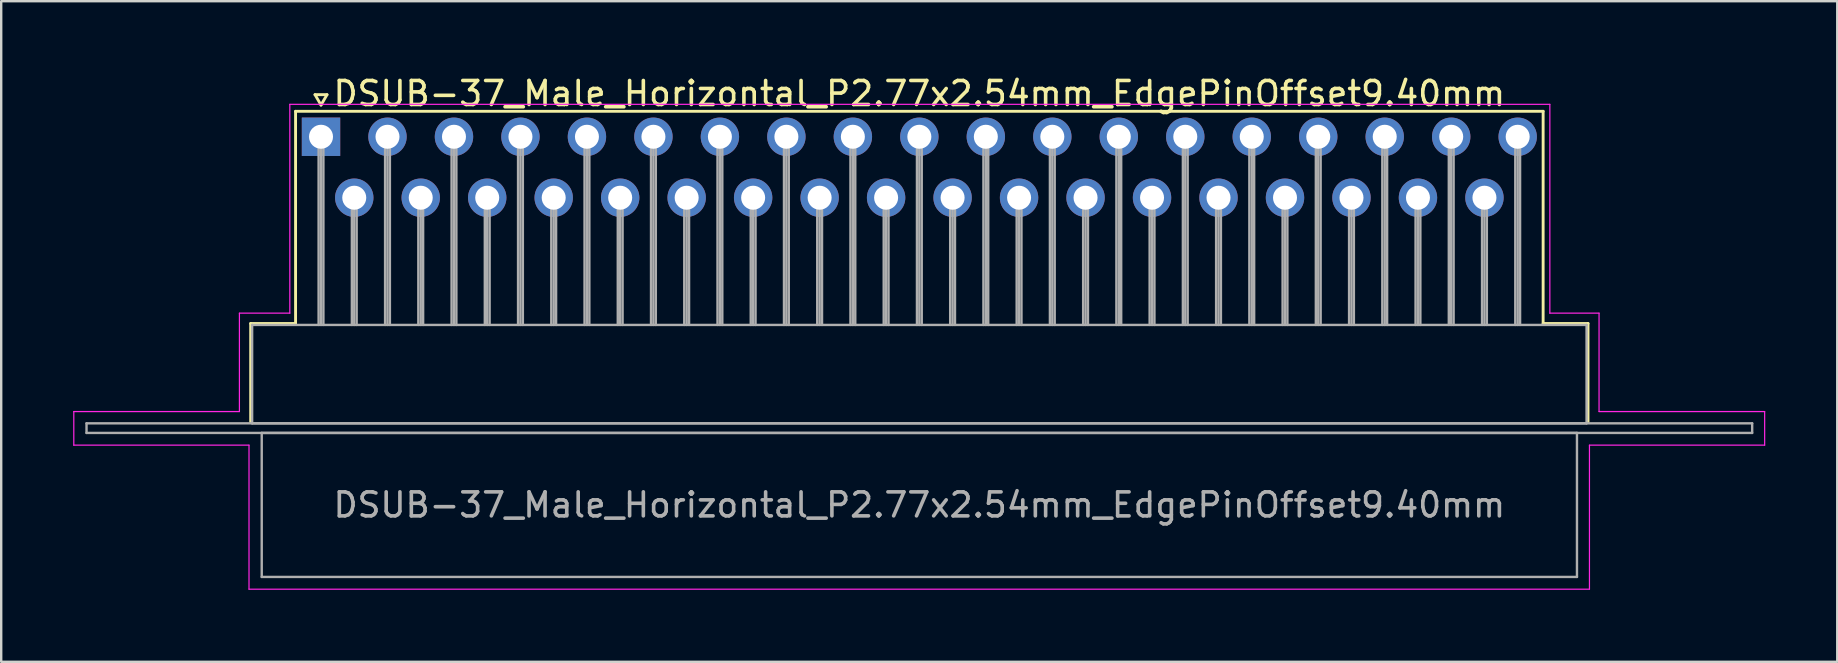
<source format=kicad_pcb>
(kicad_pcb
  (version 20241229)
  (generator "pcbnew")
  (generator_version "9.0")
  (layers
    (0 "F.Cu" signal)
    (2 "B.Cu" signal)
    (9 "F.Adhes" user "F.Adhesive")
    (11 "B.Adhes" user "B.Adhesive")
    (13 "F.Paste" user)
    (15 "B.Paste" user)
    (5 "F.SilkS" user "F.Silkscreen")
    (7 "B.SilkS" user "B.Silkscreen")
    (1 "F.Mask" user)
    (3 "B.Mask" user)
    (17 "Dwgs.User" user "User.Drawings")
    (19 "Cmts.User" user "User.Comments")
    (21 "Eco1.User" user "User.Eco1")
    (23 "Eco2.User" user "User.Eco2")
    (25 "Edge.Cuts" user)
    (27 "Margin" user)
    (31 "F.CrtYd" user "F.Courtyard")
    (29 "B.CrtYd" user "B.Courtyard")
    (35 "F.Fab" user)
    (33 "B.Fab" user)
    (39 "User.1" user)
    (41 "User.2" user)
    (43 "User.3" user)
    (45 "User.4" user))
  (footprint "DSUB-37_Male_Horizontal_P2.77x2.54mm_EdgePinOffset9.40mm"
    (layer "F.Cu")
    (at 10.325 2.648)
    (property "Reference" "DSUB-37_Male_Horizontal_P2.77x2.54mm_EdgePinOffset9.40mm" (at 24.93 -1.8 0) (layer "F.SilkS") (effects (font (size 1 1) (thickness 0.15))))
    (attr through_hole)
    (fp_line (start -2.93 7.78) (end -1.06 7.78) (stroke (width 0.12) (type solid)) (layer "F.SilkS"))
    (fp_line (start -2.93 11.88) (end -2.93 7.78) (stroke (width 0.12) (type solid)) (layer "F.SilkS"))
    (fp_line (start -1.06 -1.06) (end 50.92 -1.06) (stroke (width 0.12) (type solid)) (layer "F.SilkS"))
    (fp_line (start -1.06 7.78) (end -1.06 -1.06) (stroke (width 0.12) (type solid)) (layer "F.SilkS"))
    (fp_line (start -0.25 -1.754) (end 0.25 -1.754) (stroke (width 0.12) (type solid)) (layer "F.SilkS"))
    (fp_line (start 0 -1.321) (end -0.25 -1.754) (stroke (width 0.12) (type solid)) (layer "F.SilkS"))
    (fp_line (start 0.25 -1.754) (end 0 -1.321) (stroke (width 0.12) (type solid)) (layer "F.SilkS"))
    (fp_line (start 50.92 -1.06) (end 50.92 7.78) (stroke (width 0.12) (type solid)) (layer "F.SilkS"))
    (fp_line (start 50.92 7.78) (end 52.79 7.78) (stroke (width 0.12) (type solid)) (layer "F.SilkS"))
    (fp_line (start 52.79 7.78) (end 52.79 11.88) (stroke (width 0.12) (type solid)) (layer "F.SilkS"))
    (fp_line (start -10.3 11.45) (end -3.4 11.45) (stroke (width 0.05) (type solid)) (layer "F.CrtYd"))
    (fp_line (start -10.3 12.85) (end -10.3 11.45) (stroke (width 0.05) (type solid)) (layer "F.CrtYd"))
    (fp_line (start -3.4 7.35) (end -1.3 7.35) (stroke (width 0.05) (type solid)) (layer "F.CrtYd"))
    (fp_line (start -3.4 11.45) (end -3.4 7.35) (stroke (width 0.05) (type solid)) (layer "F.CrtYd"))
    (fp_line (start -3 12.85) (end -10.3 12.85) (stroke (width 0.05) (type solid)) (layer "F.CrtYd"))
    (fp_line (start -3 18.85) (end -3 12.85) (stroke (width 0.05) (type solid)) (layer "F.CrtYd"))
    (fp_line (start -1.3 -1.35) (end 51.2 -1.35) (stroke (width 0.05) (type solid)) (layer "F.CrtYd"))
    (fp_line (start -1.3 7.35) (end -1.3 -1.35) (stroke (width 0.05) (type solid)) (layer "F.CrtYd"))
    (fp_line (start 51.2 -1.35) (end 51.2 7.35) (stroke (width 0.05) (type solid)) (layer "F.CrtYd"))
    (fp_line (start 51.2 7.35) (end 53.25 7.35) (stroke (width 0.05) (type solid)) (layer "F.CrtYd"))
    (fp_line (start 52.85 12.85) (end 52.85 18.85) (stroke (width 0.05) (type solid)) (layer "F.CrtYd"))
    (fp_line (start 52.85 18.85) (end -3 18.85) (stroke (width 0.05) (type solid)) (layer "F.CrtYd"))
    (fp_line (start 53.25 7.35) (end 53.25 11.45) (stroke (width 0.05) (type solid)) (layer "F.CrtYd"))
    (fp_line (start 53.25 11.45) (end 60.15 11.45) (stroke (width 0.05) (type solid)) (layer "F.CrtYd"))
    (fp_line (start 60.15 11.45) (end 60.15 12.85) (stroke (width 0.05) (type solid)) (layer "F.CrtYd"))
    (fp_line (start 60.15 12.85) (end 52.85 12.85) (stroke (width 0.05) (type solid)) (layer "F.CrtYd"))
    (fp_line (start -9.77 11.94) (end -9.77 12.34) (stroke (width 0.1) (type solid)) (layer "F.Fab"))
    (fp_line (start -9.77 12.34) (end 59.63 12.34) (stroke (width 0.1) (type solid)) (layer "F.Fab"))
    (fp_line (start -2.87 7.84) (end -2.87 11.94) (stroke (width 0.1) (type solid)) (layer "F.Fab"))
    (fp_line (start -2.87 11.94) (end 52.73 11.94) (stroke (width 0.1) (type solid)) (layer "F.Fab"))
    (fp_line (start -2.47 12.34) (end -2.47 18.34) (stroke (width 0.1) (type solid)) (layer "F.Fab"))
    (fp_line (start -2.47 18.34) (end 52.33 18.34) (stroke (width 0.1) (type solid)) (layer "F.Fab"))
    (fp_line (start -0.1 0) (end -0.1 7.84) (stroke (width 0.1) (type solid)) (layer "F.Fab"))
    (fp_line (start 0 0) (end 0 7.84) (stroke (width 0.1) (type solid)) (layer "F.Fab"))
    (fp_line (start 0.1 0) (end 0.1 7.84) (stroke (width 0.1) (type solid)) (layer "F.Fab"))
    (fp_line (start 1.285 2.54) (end 1.285 7.84) (stroke (width 0.1) (type solid)) (layer "F.Fab"))
    (fp_line (start 1.385 2.54) (end 1.385 7.84) (stroke (width 0.1) (type solid)) (layer "F.Fab"))
    (fp_line (start 1.485 2.54) (end 1.485 7.84) (stroke (width 0.1) (type solid)) (layer "F.Fab"))
    (fp_line (start 2.67 0) (end 2.67 7.84) (stroke (width 0.1) (type solid)) (layer "F.Fab"))
    (fp_line (start 2.77 0) (end 2.77 7.84) (stroke (width 0.1) (type solid)) (layer "F.Fab"))
    (fp_line (start 2.87 0) (end 2.87 7.84) (stroke (width 0.1) (type solid)) (layer "F.Fab"))
    (fp_line (start 4.055 2.54) (end 4.055 7.84) (stroke (width 0.1) (type solid)) (layer "F.Fab"))
    (fp_line (start 4.155 2.54) (end 4.155 7.84) (stroke (width 0.1) (type solid)) (layer "F.Fab"))
    (fp_line (start 4.255 2.54) (end 4.255 7.84) (stroke (width 0.1) (type solid)) (layer "F.Fab"))
    (fp_line (start 5.44 0) (end 5.44 7.84) (stroke (width 0.1) (type solid)) (layer "F.Fab"))
    (fp_line (start 5.54 0) (end 5.54 7.84) (stroke (width 0.1) (type solid)) (layer "F.Fab"))
    (fp_line (start 5.64 0) (end 5.64 7.84) (stroke (width 0.1) (type solid)) (layer "F.Fab"))
    (fp_line (start 6.825 2.54) (end 6.825 7.84) (stroke (width 0.1) (type solid)) (layer "F.Fab"))
    (fp_line (start 6.925 2.54) (end 6.925 7.84) (stroke (width 0.1) (type solid)) (layer "F.Fab"))
    (fp_line (start 7.025 2.54) (end 7.025 7.84) (stroke (width 0.1) (type solid)) (layer "F.Fab"))
    (fp_line (start 8.21 0) (end 8.21 7.84) (stroke (width 0.1) (type solid)) (layer "F.Fab"))
    (fp_line (start 8.31 0) (end 8.31 7.84) (stroke (width 0.1) (type solid)) (layer "F.Fab"))
    (fp_line (start 8.41 0) (end 8.41 7.84) (stroke (width 0.1) (type solid)) (layer "F.Fab"))
    (fp_line (start 9.595 2.54) (end 9.595 7.84) (stroke (width 0.1) (type solid)) (layer "F.Fab"))
    (fp_line (start 9.695 2.54) (end 9.695 7.84) (stroke (width 0.1) (type solid)) (layer "F.Fab"))
    (fp_line (start 9.795 2.54) (end 9.795 7.84) (stroke (width 0.1) (type solid)) (layer "F.Fab"))
    (fp_line (start 10.98 0) (end 10.98 7.84) (stroke (width 0.1) (type solid)) (layer "F.Fab"))
    (fp_line (start 11.08 0) (end 11.08 7.84) (stroke (width 0.1) (type solid)) (layer "F.Fab"))
    (fp_line (start 11.18 0) (end 11.18 7.84) (stroke (width 0.1) (type solid)) (layer "F.Fab"))
    (fp_line (start 12.365 2.54) (end 12.365 7.84) (stroke (width 0.1) (type solid)) (layer "F.Fab"))
    (fp_line (start 12.465 2.54) (end 12.465 7.84) (stroke (width 0.1) (type solid)) (layer "F.Fab"))
    (fp_line (start 12.565 2.54) (end 12.565 7.84) (stroke (width 0.1) (type solid)) (layer "F.Fab"))
    (fp_line (start 13.75 0) (end 13.75 7.84) (stroke (width 0.1) (type solid)) (layer "F.Fab"))
    (fp_line (start 13.85 0) (end 13.85 7.84) (stroke (width 0.1) (type solid)) (layer "F.Fab"))
    (fp_line (start 13.95 0) (end 13.95 7.84) (stroke (width 0.1) (type solid)) (layer "F.Fab"))
    (fp_line (start 15.135 2.54) (end 15.135 7.84) (stroke (width 0.1) (type solid)) (layer "F.Fab"))
    (fp_line (start 15.235 2.54) (end 15.235 7.84) (stroke (width 0.1) (type solid)) (layer "F.Fab"))
    (fp_line (start 15.335 2.54) (end 15.335 7.84) (stroke (width 0.1) (type solid)) (layer "F.Fab"))
    (fp_line (start 16.52 0) (end 16.52 7.84) (stroke (width 0.1) (type solid)) (layer "F.Fab"))
    (fp_line (start 16.62 0) (end 16.62 7.84) (stroke (width 0.1) (type solid)) (layer "F.Fab"))
    (fp_line (start 16.72 0) (end 16.72 7.84) (stroke (width 0.1) (type solid)) (layer "F.Fab"))
    (fp_line (start 17.905 2.54) (end 17.905 7.84) (stroke (width 0.1) (type solid)) (layer "F.Fab"))
    (fp_line (start 18.005 2.54) (end 18.005 7.84) (stroke (width 0.1) (type solid)) (layer "F.Fab"))
    (fp_line (start 18.105 2.54) (end 18.105 7.84) (stroke (width 0.1) (type solid)) (layer "F.Fab"))
    (fp_line (start 19.29 0) (end 19.29 7.84) (stroke (width 0.1) (type solid)) (layer "F.Fab"))
    (fp_line (start 19.39 0) (end 19.39 7.84) (stroke (width 0.1) (type solid)) (layer "F.Fab"))
    (fp_line (start 19.49 0) (end 19.49 7.84) (stroke (width 0.1) (type solid)) (layer "F.Fab"))
    (fp_line (start 20.675 2.54) (end 20.675 7.84) (stroke (width 0.1) (type solid)) (layer "F.Fab"))
    (fp_line (start 20.775 2.54) (end 20.775 7.84) (stroke (width 0.1) (type solid)) (layer "F.Fab"))
    (fp_line (start 20.875 2.54) (end 20.875 7.84) (stroke (width 0.1) (type solid)) (layer "F.Fab"))
    (fp_line (start 22.06 0) (end 22.06 7.84) (stroke (width 0.1) (type solid)) (layer "F.Fab"))
    (fp_line (start 22.16 0) (end 22.16 7.84) (stroke (width 0.1) (type solid)) (layer "F.Fab"))
    (fp_line (start 22.26 0) (end 22.26 7.84) (stroke (width 0.1) (type solid)) (layer "F.Fab"))
    (fp_line (start 23.445 2.54) (end 23.445 7.84) (stroke (width 0.1) (type solid)) (layer "F.Fab"))
    (fp_line (start 23.545 2.54) (end 23.545 7.84) (stroke (width 0.1) (type solid)) (layer "F.Fab"))
    (fp_line (start 23.645 2.54) (end 23.645 7.84) (stroke (width 0.1) (type solid)) (layer "F.Fab"))
    (fp_line (start 24.83 0) (end 24.83 7.84) (stroke (width 0.1) (type solid)) (layer "F.Fab"))
    (fp_line (start 24.93 0) (end 24.93 7.84) (stroke (width 0.1) (type solid)) (layer "F.Fab"))
    (fp_line (start 25.03 0) (end 25.03 7.84) (stroke (width 0.1) (type solid)) (layer "F.Fab"))
    (fp_line (start 26.215 2.54) (end 26.215 7.84) (stroke (width 0.1) (type solid)) (layer "F.Fab"))
    (fp_line (start 26.315 2.54) (end 26.315 7.84) (stroke (width 0.1) (type solid)) (layer "F.Fab"))
    (fp_line (start 26.415 2.54) (end 26.415 7.84) (stroke (width 0.1) (type solid)) (layer "F.Fab"))
    (fp_line (start 27.6 0) (end 27.6 7.84) (stroke (width 0.1) (type solid)) (layer "F.Fab"))
    (fp_line (start 27.7 0) (end 27.7 7.84) (stroke (width 0.1) (type solid)) (layer "F.Fab"))
    (fp_line (start 27.8 0) (end 27.8 7.84) (stroke (width 0.1) (type solid)) (layer "F.Fab"))
    (fp_line (start 28.985 2.54) (end 28.985 7.84) (stroke (width 0.1) (type solid)) (layer "F.Fab"))
    (fp_line (start 29.085 2.54) (end 29.085 7.84) (stroke (width 0.1) (type solid)) (layer "F.Fab"))
    (fp_line (start 29.185 2.54) (end 29.185 7.84) (stroke (width 0.1) (type solid)) (layer "F.Fab"))
    (fp_line (start 30.37 0) (end 30.37 7.84) (stroke (width 0.1) (type solid)) (layer "F.Fab"))
    (fp_line (start 30.47 0) (end 30.47 7.84) (stroke (width 0.1) (type solid)) (layer "F.Fab"))
    (fp_line (start 30.57 0) (end 30.57 7.84) (stroke (width 0.1) (type solid)) (layer "F.Fab"))
    (fp_line (start 31.755 2.54) (end 31.755 7.84) (stroke (width 0.1) (type solid)) (layer "F.Fab"))
    (fp_line (start 31.855 2.54) (end 31.855 7.84) (stroke (width 0.1) (type solid)) (layer "F.Fab"))
    (fp_line (start 31.955 2.54) (end 31.955 7.84) (stroke (width 0.1) (type solid)) (layer "F.Fab"))
    (fp_line (start 33.14 0) (end 33.14 7.84) (stroke (width 0.1) (type solid)) (layer "F.Fab"))
    (fp_line (start 33.24 0) (end 33.24 7.84) (stroke (width 0.1) (type solid)) (layer "F.Fab"))
    (fp_line (start 33.34 0) (end 33.34 7.84) (stroke (width 0.1) (type solid)) (layer "F.Fab"))
    (fp_line (start 34.525 2.54) (end 34.525 7.84) (stroke (width 0.1) (type solid)) (layer "F.Fab"))
    (fp_line (start 34.625 2.54) (end 34.625 7.84) (stroke (width 0.1) (type solid)) (layer "F.Fab"))
    (fp_line (start 34.725 2.54) (end 34.725 7.84) (stroke (width 0.1) (type solid)) (layer "F.Fab"))
    (fp_line (start 35.91 0) (end 35.91 7.84) (stroke (width 0.1) (type solid)) (layer "F.Fab"))
    (fp_line (start 36.01 0) (end 36.01 7.84) (stroke (width 0.1) (type solid)) (layer "F.Fab"))
    (fp_line (start 36.11 0) (end 36.11 7.84) (stroke (width 0.1) (type solid)) (layer "F.Fab"))
    (fp_line (start 37.295 2.54) (end 37.295 7.84) (stroke (width 0.1) (type solid)) (layer "F.Fab"))
    (fp_line (start 37.395 2.54) (end 37.395 7.84) (stroke (width 0.1) (type solid)) (layer "F.Fab"))
    (fp_line (start 37.495 2.54) (end 37.495 7.84) (stroke (width 0.1) (type solid)) (layer "F.Fab"))
    (fp_line (start 38.68 0) (end 38.68 7.84) (stroke (width 0.1) (type solid)) (layer "F.Fab"))
    (fp_line (start 38.78 0) (end 38.78 7.84) (stroke (width 0.1) (type solid)) (layer "F.Fab"))
    (fp_line (start 38.88 0) (end 38.88 7.84) (stroke (width 0.1) (type solid)) (layer "F.Fab"))
    (fp_line (start 40.065 2.54) (end 40.065 7.84) (stroke (width 0.1) (type solid)) (layer "F.Fab"))
    (fp_line (start 40.165 2.54) (end 40.165 7.84) (stroke (width 0.1) (type solid)) (layer "F.Fab"))
    (fp_line (start 40.265 2.54) (end 40.265 7.84) (stroke (width 0.1) (type solid)) (layer "F.Fab"))
    (fp_line (start 41.45 0) (end 41.45 7.84) (stroke (width 0.1) (type solid)) (layer "F.Fab"))
    (fp_line (start 41.55 0) (end 41.55 7.84) (stroke (width 0.1) (type solid)) (layer "F.Fab"))
    (fp_line (start 41.65 0) (end 41.65 7.84) (stroke (width 0.1) (type solid)) (layer "F.Fab"))
    (fp_line (start 42.835 2.54) (end 42.835 7.84) (stroke (width 0.1) (type solid)) (layer "F.Fab"))
    (fp_line (start 42.935 2.54) (end 42.935 7.84) (stroke (width 0.1) (type solid)) (layer "F.Fab"))
    (fp_line (start 43.035 2.54) (end 43.035 7.84) (stroke (width 0.1) (type solid)) (layer "F.Fab"))
    (fp_line (start 44.22 0) (end 44.22 7.84) (stroke (width 0.1) (type solid)) (layer "F.Fab"))
    (fp_line (start 44.32 0) (end 44.32 7.84) (stroke (width 0.1) (type solid)) (layer "F.Fab"))
    (fp_line (start 44.42 0) (end 44.42 7.84) (stroke (width 0.1) (type solid)) (layer "F.Fab"))
    (fp_line (start 45.605 2.54) (end 45.605 7.84) (stroke (width 0.1) (type solid)) (layer "F.Fab"))
    (fp_line (start 45.705 2.54) (end 45.705 7.84) (stroke (width 0.1) (type solid)) (layer "F.Fab"))
    (fp_line (start 45.805 2.54) (end 45.805 7.84) (stroke (width 0.1) (type solid)) (layer "F.Fab"))
    (fp_line (start 46.99 0) (end 46.99 7.84) (stroke (width 0.1) (type solid)) (layer "F.Fab"))
    (fp_line (start 47.09 0) (end 47.09 7.84) (stroke (width 0.1) (type solid)) (layer "F.Fab"))
    (fp_line (start 47.19 0) (end 47.19 7.84) (stroke (width 0.1) (type solid)) (layer "F.Fab"))
    (fp_line (start 48.375 2.54) (end 48.375 7.84) (stroke (width 0.1) (type solid)) (layer "F.Fab"))
    (fp_line (start 48.475 2.54) (end 48.475 7.84) (stroke (width 0.1) (type solid)) (layer "F.Fab"))
    (fp_line (start 48.575 2.54) (end 48.575 7.84) (stroke (width 0.1) (type solid)) (layer "F.Fab"))
    (fp_line (start 49.76 0) (end 49.76 7.84) (stroke (width 0.1) (type solid)) (layer "F.Fab"))
    (fp_line (start 49.86 0) (end 49.86 7.84) (stroke (width 0.1) (type solid)) (layer "F.Fab"))
    (fp_line (start 49.96 0) (end 49.96 7.84) (stroke (width 0.1) (type solid)) (layer "F.Fab"))
    (fp_line (start 52.33 12.34) (end -2.47 12.34) (stroke (width 0.1) (type solid)) (layer "F.Fab"))
    (fp_line (start 52.33 18.34) (end 52.33 12.34) (stroke (width 0.1) (type solid)) (layer "F.Fab"))
    (fp_line (start 52.73 7.84) (end -2.87 7.84) (stroke (width 0.1) (type solid)) (layer "F.Fab"))
    (fp_line (start 52.73 11.94) (end 52.73 7.84) (stroke (width 0.1) (type solid)) (layer "F.Fab"))
    (fp_line (start 59.63 11.94) (end -9.77 11.94) (stroke (width 0.1) (type solid)) (layer "F.Fab"))
    (fp_line (start 59.63 12.34) (end 59.63 11.94) (stroke (width 0.1) (type solid)) (layer "F.Fab"))
    (fp_text user "${REFERENCE}" (at 24.93 15.34 0) (layer "F.Fab") (effects (font (size 1 1) (thickness 0.15))))
    (pad "1" thru_hole rect (at 0 0) (size 1.6 1.6) (drill 1) (layers "*.Cu" "*.Mask"))
    (pad "2" thru_hole circle (at 2.77 0) (size 1.6 1.6) (drill 1) (layers "*.Cu" "*.Mask"))
    (pad "3" thru_hole circle (at 5.54 0) (size 1.6 1.6) (drill 1) (layers "*.Cu" "*.Mask"))
    (pad "4" thru_hole circle (at 8.31 0) (size 1.6 1.6) (drill 1) (layers "*.Cu" "*.Mask"))
    (pad "5" thru_hole circle (at 11.08 0) (size 1.6 1.6) (drill 1) (layers "*.Cu" "*.Mask"))
    (pad "6" thru_hole circle (at 13.85 0) (size 1.6 1.6) (drill 1) (layers "*.Cu" "*.Mask"))
    (pad "7" thru_hole circle (at 16.62 0) (size 1.6 1.6) (drill 1) (layers "*.Cu" "*.Mask"))
    (pad "8" thru_hole circle (at 19.39 0) (size 1.6 1.6) (drill 1) (layers "*.Cu" "*.Mask"))
    (pad "9" thru_hole circle (at 22.16 0) (size 1.6 1.6) (drill 1) (layers "*.Cu" "*.Mask"))
    (pad "10" thru_hole circle (at 24.93 0) (size 1.6 1.6) (drill 1) (layers "*.Cu" "*.Mask"))
    (pad "11" thru_hole circle (at 27.7 0) (size 1.6 1.6) (drill 1) (layers "*.Cu" "*.Mask"))
    (pad "12" thru_hole circle (at 30.47 0) (size 1.6 1.6) (drill 1) (layers "*.Cu" "*.Mask"))
    (pad "13" thru_hole circle (at 33.24 0) (size 1.6 1.6) (drill 1) (layers "*.Cu" "*.Mask"))
    (pad "14" thru_hole circle (at 36.01 0) (size 1.6 1.6) (drill 1) (layers "*.Cu" "*.Mask"))
    (pad "15" thru_hole circle (at 38.78 0) (size 1.6 1.6) (drill 1) (layers "*.Cu" "*.Mask"))
    (pad "16" thru_hole circle (at 41.55 0) (size 1.6 1.6) (drill 1) (layers "*.Cu" "*.Mask"))
    (pad "17" thru_hole circle (at 44.32 0) (size 1.6 1.6) (drill 1) (layers "*.Cu" "*.Mask"))
    (pad "18" thru_hole circle (at 47.09 0) (size 1.6 1.6) (drill 1) (layers "*.Cu" "*.Mask"))
    (pad "19" thru_hole circle (at 49.86 0) (size 1.6 1.6) (drill 1) (layers "*.Cu" "*.Mask"))
    (pad "20" thru_hole circle (at 1.385 2.54) (size 1.6 1.6) (drill 1) (layers "*.Cu" "*.Mask"))
    (pad "21" thru_hole circle (at 4.155 2.54) (size 1.6 1.6) (drill 1) (layers "*.Cu" "*.Mask"))
    (pad "22" thru_hole circle (at 6.925 2.54) (size 1.6 1.6) (drill 1) (layers "*.Cu" "*.Mask"))
    (pad "23" thru_hole circle (at 9.695 2.54) (size 1.6 1.6) (drill 1) (layers "*.Cu" "*.Mask"))
    (pad "24" thru_hole circle (at 12.465 2.54) (size 1.6 1.6) (drill 1) (layers "*.Cu" "*.Mask"))
    (pad "25" thru_hole circle (at 15.235 2.54) (size 1.6 1.6) (drill 1) (layers "*.Cu" "*.Mask"))
    (pad "26" thru_hole circle (at 18.005 2.54) (size 1.6 1.6) (drill 1) (layers "*.Cu" "*.Mask"))
    (pad "27" thru_hole circle (at 20.775 2.54) (size 1.6 1.6) (drill 1) (layers "*.Cu" "*.Mask"))
    (pad "28" thru_hole circle (at 23.545 2.54) (size 1.6 1.6) (drill 1) (layers "*.Cu" "*.Mask"))
    (pad "29" thru_hole circle (at 26.315 2.54) (size 1.6 1.6) (drill 1) (layers "*.Cu" "*.Mask"))
    (pad "30" thru_hole circle (at 29.085 2.54) (size 1.6 1.6) (drill 1) (layers "*.Cu" "*.Mask"))
    (pad "31" thru_hole circle (at 31.855 2.54) (size 1.6 1.6) (drill 1) (layers "*.Cu" "*.Mask"))
    (pad "32" thru_hole circle (at 34.625 2.54) (size 1.6 1.6) (drill 1) (layers "*.Cu" "*.Mask"))
    (pad "33" thru_hole circle (at 37.395 2.54) (size 1.6 1.6) (drill 1) (layers "*.Cu" "*.Mask"))
    (pad "34" thru_hole circle (at 40.165 2.54) (size 1.6 1.6) (drill 1) (layers "*.Cu" "*.Mask"))
    (pad "35" thru_hole circle (at 42.935 2.54) (size 1.6 1.6) (drill 1) (layers "*.Cu" "*.Mask"))
    (pad "36" thru_hole circle (at 45.705 2.54) (size 1.6 1.6) (drill 1) (layers "*.Cu" "*.Mask"))
    (pad "37" thru_hole circle (at 48.475 2.54) (size 1.6 1.6) (drill 1) (layers "*.Cu" "*.Mask")))
  (gr_rect
    (start -3 -3)
    (end 73.5 24.523)
    (stroke (width 0.1) (type default))
    (fill no)
    (layer "Edge.Cuts")))
</source>
